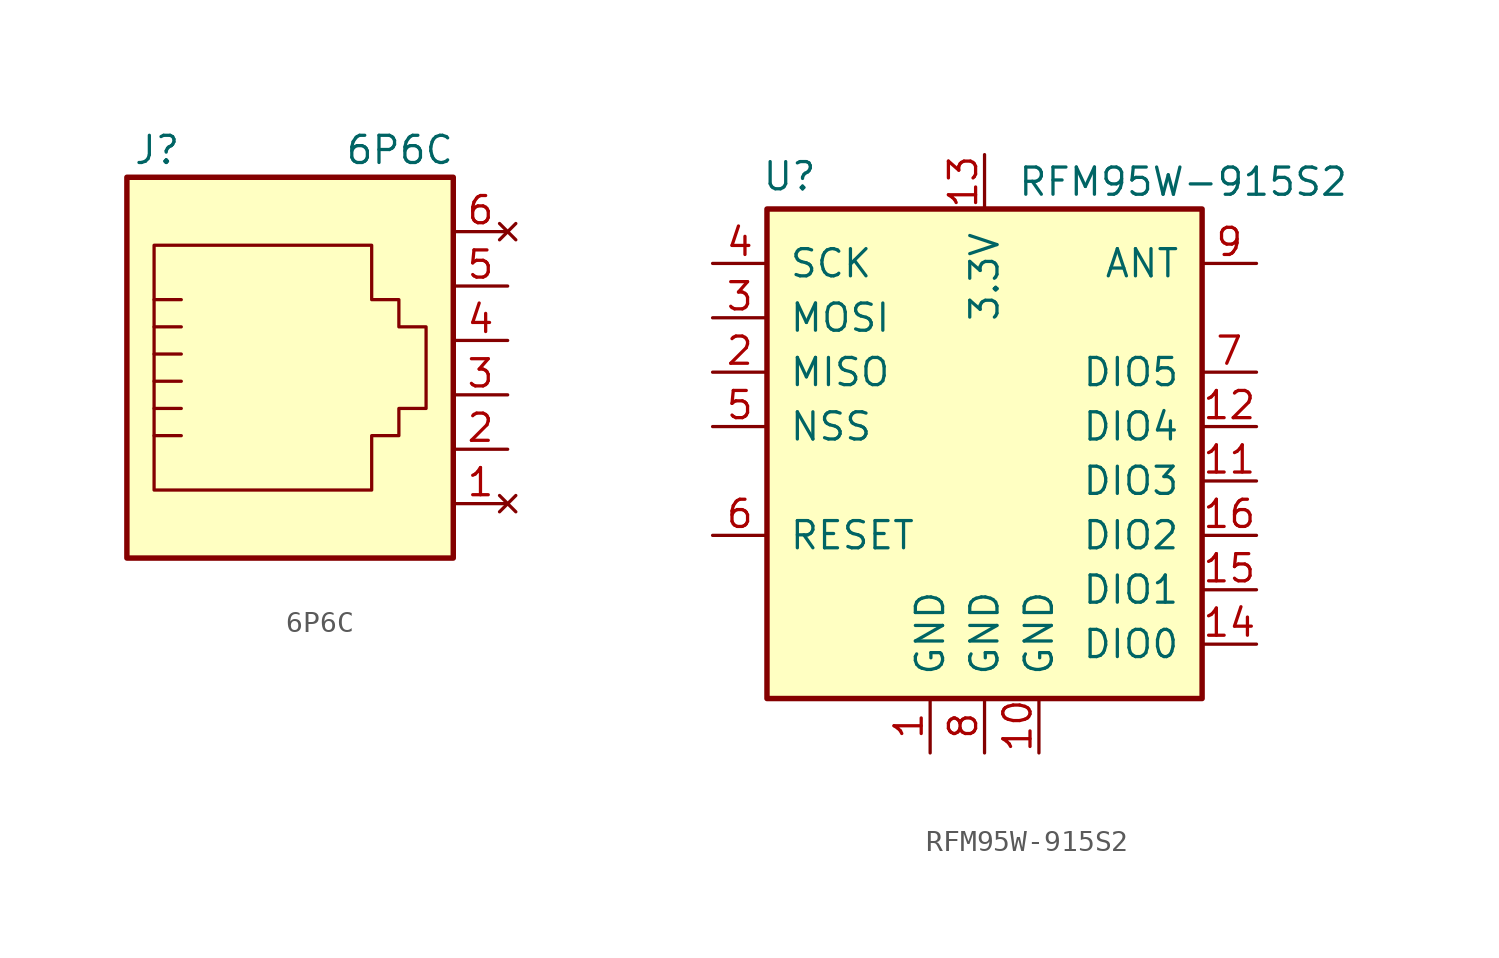
<source format=kicad_sym>
(kicad_symbol_lib
  (version 20231120)
  (generator "kicad_symbol_editor")
  (generator_version "8.0")
  (symbol "6P6C"
    (pin_names
      (offset 1.016))
    (property "Reference" "J"
      (at -5.08 11.43 0)
      (effects (font (size 1.27 1.27)) (justify right)))
    (property "Value" "6P6C"
      (at 2.54 11.43 0)
      (effects (font (size 1.27 1.27)) (justify left)))
    (symbol "6P6C_0_1"
      (polyline (pts (xy -6.35 -1.905) (xy -5.08 -1.905) (xy -5.08 -1.905)) (stroke (width 0) (type default)) (fill (type none)))
      (polyline (pts (xy -6.35 -0.635) (xy -5.08 -0.635) (xy -5.08 -0.635)) (stroke (width 0) (type default)) (fill (type none)))
      (polyline (pts (xy -6.35 0.635) (xy -5.08 0.635) (xy -5.08 0.635)) (stroke (width 0) (type default)) (fill (type none)))
      (polyline (pts (xy -6.35 1.905) (xy -5.08 1.905) (xy -5.08 1.905)) (stroke (width 0) (type default)) (fill (type none)))
      (polyline (pts (xy -6.35 3.175) (xy -5.08 3.175) (xy -5.08 3.175)) (stroke (width 0) (type default)) (fill (type none)))
      (polyline (pts (xy -5.08 4.445) (xy -6.35 4.445) (xy -6.35 4.445)) (stroke (width 0) (type default)) (fill (type none)))
      (polyline (pts (xy -6.35 -4.445) (xy -6.35 6.985) (xy 3.81 6.985) (xy 3.81 4.445) (xy 5.08 4.445) (xy 5.08 3.175) (xy 6.35 3.175) (xy 6.35 -0.635) (xy 5.08 -0.635) (xy 5.08 -1.905) (xy 3.81 -1.905) (xy 3.81 -4.445) (xy -6.35 -4.445) (xy -6.35 -4.445)) (stroke (width 0) (type default)) (fill (type none)))
      (rectangle (start 7.62 10.16) (end -7.62 -7.62) (stroke (width 0.254) (type default)) (fill (type background))))
    (symbol "6P6C_1_1"
      (pin no_connect line (at 10.16 -5.08 180) (length 2.54) (name "~" (effects (font (size 1.27 1.27)))) (number "1" (effects (font (size 1.27 1.27)))))
      (pin power_in line (at 10.16 -2.54 180) (length 2.54) (name "~" (effects (font (size 1.27 1.27)))) (number "2" (effects (font (size 1.27 1.27)))))
      (pin power_in line (at 10.16 0 180) (length 2.54) (name "~" (effects (font (size 1.27 1.27)))) (number "3" (effects (font (size 1.27 1.27)))))
      (pin bidirectional line (at 10.16 2.54 180) (length 2.54) (name "~" (effects (font (size 1.27 1.27)))) (number "4" (effects (font (size 1.27 1.27)))))
      (pin input line (at 10.16 5.08 180) (length 2.54) (name "~" (effects (font (size 1.27 1.27)))) (number "5" (effects (font (size 1.27 1.27)))))
      (pin no_connect line (at 10.16 7.62 180) (length 2.54) (name "~" (effects (font (size 1.27 1.27)))) (number "6" (effects (font (size 1.27 1.27)))))))
  (symbol "RFM95W-915S2"
    (pin_names
      (offset 1.016))
    (property "Reference" "U"
      (at -10.414 11.684 0)
      (effects (font (size 1.27 1.27)) (justify left)))
    (property "Value" "RFM95W-915S2"
      (at 1.524 11.43 0)
      (effects (font (size 1.27 1.27)) (justify left)))
    (symbol "RFM95W-915S2_0_1"
      (rectangle (start -10.16 10.16) (end 10.16 -12.7) (stroke (width 0.254) (type default)) (fill (type background))))
    (symbol "RFM95W-915S2_1_1"
      (pin power_in line (at -2.54 -15.24 90) (length 2.54) (name "GND" (effects (font (size 1.27 1.27)))) (number "1" (effects (font (size 1.27 1.27)))))
      (pin power_in line (at 2.54 -15.24 90) (length 2.54) (name "GND" (effects (font (size 1.27 1.27)))) (number "10" (effects (font (size 1.27 1.27)))))
      (pin bidirectional line (at 12.7 -2.54 180) (length 2.54) (name "DIO3" (effects (font (size 1.27 1.27)))) (number "11" (effects (font (size 1.27 1.27)))))
      (pin bidirectional line (at 12.7 0 180) (length 2.54) (name "DIO4" (effects (font (size 1.27 1.27)))) (number "12" (effects (font (size 1.27 1.27)))))
      (pin power_in line (at 0 12.7 270) (length 2.54) (name "3.3V" (effects (font (size 1.27 1.27)))) (number "13" (effects (font (size 1.27 1.27)))))
      (pin bidirectional line (at 12.7 -10.16 180) (length 2.54) (name "DIO0" (effects (font (size 1.27 1.27)))) (number "14" (effects (font (size 1.27 1.27)))))
      (pin bidirectional line (at 12.7 -7.62 180) (length 2.54) (name "DIO1" (effects (font (size 1.27 1.27)))) (number "15" (effects (font (size 1.27 1.27)))))
      (pin bidirectional line (at 12.7 -5.08 180) (length 2.54) (name "DIO2" (effects (font (size 1.27 1.27)))) (number "16" (effects (font (size 1.27 1.27)))))
      (pin output line (at -12.7 2.54 0) (length 2.54) (name "MISO" (effects (font (size 1.27 1.27)))) (number "2" (effects (font (size 1.27 1.27)))))
      (pin input line (at -12.7 5.08 0) (length 2.54) (name "MOSI" (effects (font (size 1.27 1.27)))) (number "3" (effects (font (size 1.27 1.27)))))
      (pin input line (at -12.7 7.62 0) (length 2.54) (name "SCK" (effects (font (size 1.27 1.27)))) (number "4" (effects (font (size 1.27 1.27)))))
      (pin input line (at -12.7 0 0) (length 2.54) (name "NSS" (effects (font (size 1.27 1.27)))) (number "5" (effects (font (size 1.27 1.27)))))
      (pin bidirectional line (at -12.7 -5.08 0) (length 2.54) (name "RESET" (effects (font (size 1.27 1.27)))) (number "6" (effects (font (size 1.27 1.27)))))
      (pin bidirectional line (at 12.7 2.54 180) (length 2.54) (name "DIO5" (effects (font (size 1.27 1.27)))) (number "7" (effects (font (size 1.27 1.27)))))
      (pin power_in line (at 0 -15.24 90) (length 2.54) (name "GND" (effects (font (size 1.27 1.27)))) (number "8" (effects (font (size 1.27 1.27)))))
      (pin bidirectional line (at 12.7 7.62 180) (length 2.54) (name "ANT" (effects (font (size 1.27 1.27)))) (number "9" (effects (font (size 1.27 1.27))))))))
</source>
